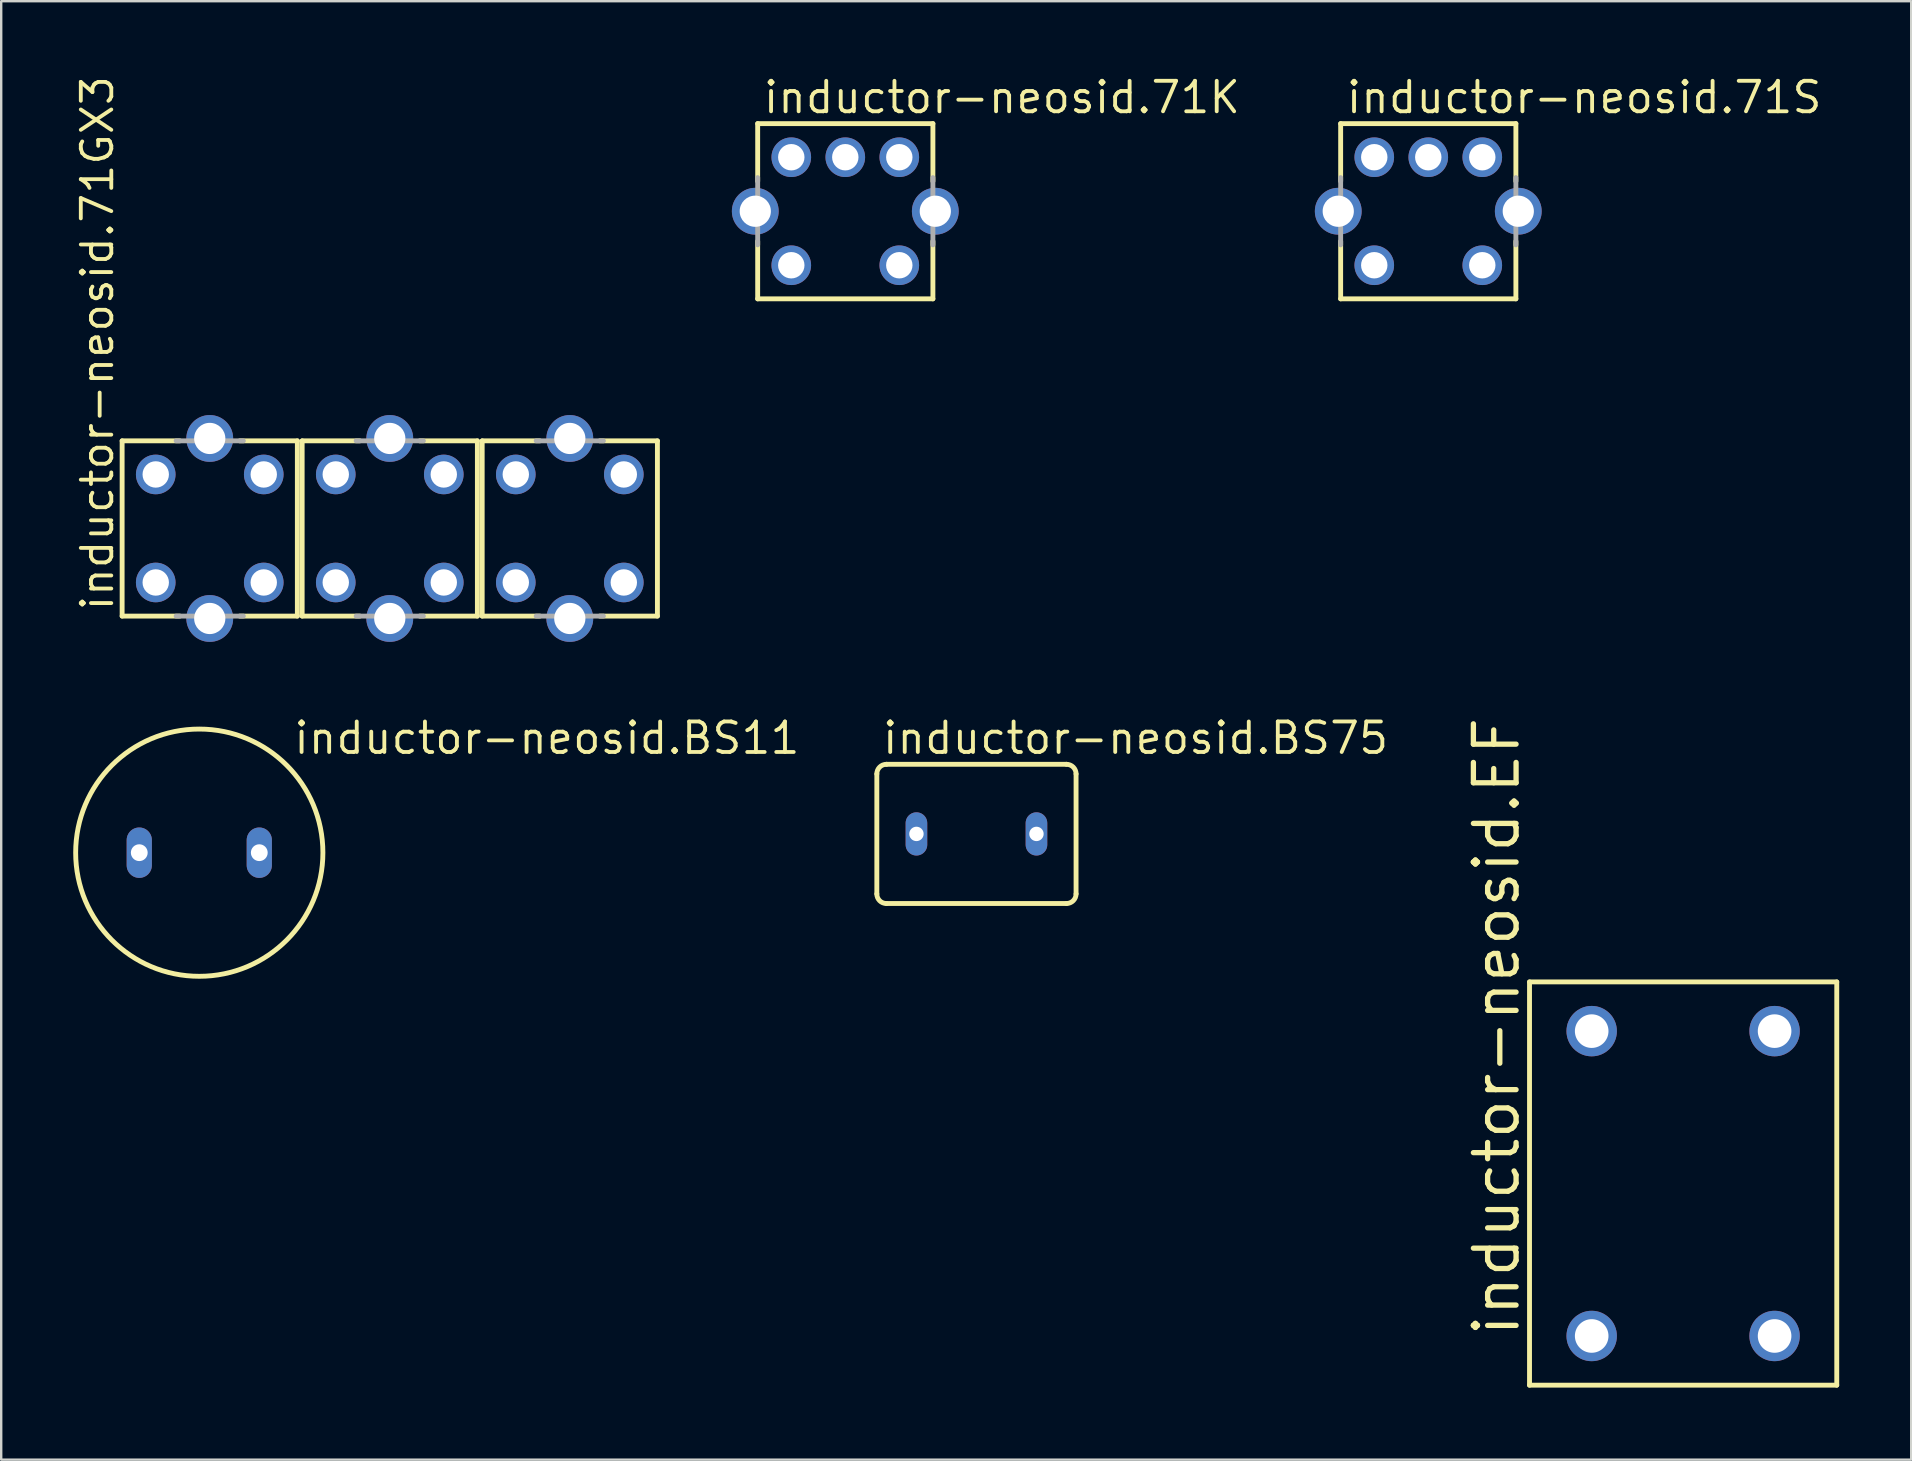
<source format=kicad_pcb>
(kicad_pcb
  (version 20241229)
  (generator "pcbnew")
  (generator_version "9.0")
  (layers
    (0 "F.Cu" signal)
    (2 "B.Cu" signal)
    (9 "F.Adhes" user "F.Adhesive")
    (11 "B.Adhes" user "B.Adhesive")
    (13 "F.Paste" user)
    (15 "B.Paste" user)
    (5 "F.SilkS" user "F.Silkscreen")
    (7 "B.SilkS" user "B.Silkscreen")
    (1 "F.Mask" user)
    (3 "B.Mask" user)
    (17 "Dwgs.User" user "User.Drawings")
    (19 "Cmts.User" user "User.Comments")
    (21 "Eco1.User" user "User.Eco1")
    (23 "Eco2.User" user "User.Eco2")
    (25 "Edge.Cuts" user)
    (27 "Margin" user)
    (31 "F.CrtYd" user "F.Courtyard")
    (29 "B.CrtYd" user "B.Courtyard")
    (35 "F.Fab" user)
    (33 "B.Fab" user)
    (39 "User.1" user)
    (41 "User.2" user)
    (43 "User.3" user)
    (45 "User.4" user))
  (footprint "inductor-neosid.71S"
    (layer "F.Cu")
    (at 56.452 5.75)
    (property "Reference" "inductor-neosid.71S" (at -3.5 -4 0) (layer "F.SilkS") (effects (font (size 1.27 1.27) (thickness 0.16)) (justify left bottom)))
    (attr through_hole)
    (fp_line (start -3.65 -3.65) (end 3.65 -3.65) (stroke (width 0.203) (type default)) (layer "F.SilkS"))
    (fp_line (start -3.65 -1.25) (end -3.65 -3.65) (stroke (width 0.203) (type default)) (layer "F.SilkS"))
    (fp_line (start -3.65 3.65) (end -3.65 1.25) (stroke (width 0.203) (type default)) (layer "F.SilkS"))
    (fp_line (start 3.65 -3.65) (end 3.65 -1.25) (stroke (width 0.203) (type default)) (layer "F.SilkS"))
    (fp_line (start 3.65 1.25) (end 3.65 3.65) (stroke (width 0.203) (type default)) (layer "F.SilkS"))
    (fp_line (start 3.65 3.65) (end -3.65 3.65) (stroke (width 0.203) (type default)) (layer "F.SilkS"))
    (fp_line (start -3.65 1.4) (end -3.65 -1.4) (stroke (width 0.203) (type default)) (layer "F.Fab"))
    (fp_line (start 3.65 -1.4) (end 3.65 1.4) (stroke (width 0.203) (type default)) (layer "F.Fab"))
    (pad "1" thru_hole circle (at -2.25 2.25) (size 1.65 1.65) (drill 1.1) (layers "*.Cu" "*.Mask"))
    (pad "2" thru_hole circle (at -2.25 -2.25) (size 1.65 1.65) (drill 1.1) (layers "*.Cu" "*.Mask"))
    (pad "3" thru_hole circle (at 0 -2.25) (size 1.65 1.65) (drill 1.1) (layers "*.Cu" "*.Mask"))
    (pad "4" thru_hole circle (at 2.25 -2.25) (size 1.65 1.65) (drill 1.1) (layers "*.Cu" "*.Mask"))
    (pad "5" thru_hole circle (at 2.25 2.25) (size 1.65 1.65) (drill 1.1) (layers "*.Cu" "*.Mask"))
    (pad "S1" thru_hole circle (at -3.75 0) (size 1.95 1.95) (drill 1.3) (layers "*.Cu" "*.Mask"))
    (pad "S2" thru_hole circle (at 3.75 0) (size 1.95 1.95) (drill 1.3) (layers "*.Cu" "*.Mask")))
  (footprint "inductor-neosid.BS11"
    (layer "F.Cu")
    (at 5.252 32.473)
    (property "Reference" "inductor-neosid.BS11" (at 3.854 -4.032 0) (layer "F.SilkS") (effects (font (size 1.27 1.27) (thickness 0.16)) (justify left bottom)))
    (attr through_hole)
    (fp_circle (center 0 0) (end 5.15 0) (stroke (width 0.203) (type default)) (fill no) (layer "F.SilkS"))
    (pad "1" thru_hole oval (at -2.5 0 90) (size 2.1 1.05) (drill 0.7) (layers "*.Cu" "*.Mask"))
    (pad "2" thru_hole oval (at 2.5 0 90) (size 2.1 1.05) (drill 0.7) (layers "*.Cu" "*.Mask")))
  (footprint "inductor-neosid.71GX3"
    (layer "F.Cu")
    (at 13.188 18.966)
    (property "Reference" "inductor-neosid.71GX3" (at -11.438 3.515 90) (layer "F.SilkS") (effects (font (size 1.27 1.27) (thickness 0.16)) (justify left bottom)))
    (attr through_hole)
    (fp_line (start -11.15 -3.65) (end -8.75 -3.65) (stroke (width 0.203) (type default)) (layer "F.SilkS"))
    (fp_line (start -11.15 3.65) (end -11.15 -3.65) (stroke (width 0.203) (type default)) (layer "F.SilkS"))
    (fp_line (start -8.75 3.65) (end -11.15 3.65) (stroke (width 0.203) (type default)) (layer "F.SilkS"))
    (fp_line (start -6.25 -3.65) (end -3.85 -3.65) (stroke (width 0.203) (type default)) (layer "F.SilkS"))
    (fp_line (start -3.85 -3.65) (end -3.85 3.65) (stroke (width 0.203) (type default)) (layer "F.SilkS"))
    (fp_line (start -3.85 3.65) (end -6.25 3.65) (stroke (width 0.203) (type default)) (layer "F.SilkS"))
    (fp_line (start -3.65 -3.65) (end -1.25 -3.65) (stroke (width 0.203) (type default)) (layer "F.SilkS"))
    (fp_line (start -3.65 3.65) (end -3.65 -3.65) (stroke (width 0.203) (type default)) (layer "F.SilkS"))
    (fp_line (start -1.25 3.65) (end -3.65 3.65) (stroke (width 0.203) (type default)) (layer "F.SilkS"))
    (fp_line (start 1.25 -3.65) (end 3.65 -3.65) (stroke (width 0.203) (type default)) (layer "F.SilkS"))
    (fp_line (start 3.65 -3.65) (end 3.65 3.65) (stroke (width 0.203) (type default)) (layer "F.SilkS"))
    (fp_line (start 3.65 3.65) (end 1.25 3.65) (stroke (width 0.203) (type default)) (layer "F.SilkS"))
    (fp_line (start 3.85 -3.65) (end 6.25 -3.65) (stroke (width 0.203) (type default)) (layer "F.SilkS"))
    (fp_line (start 3.85 3.65) (end 3.85 -3.65) (stroke (width 0.203) (type default)) (layer "F.SilkS"))
    (fp_line (start 6.25 3.65) (end 3.85 3.65) (stroke (width 0.203) (type default)) (layer "F.SilkS"))
    (fp_line (start 8.75 -3.65) (end 11.15 -3.65) (stroke (width 0.203) (type default)) (layer "F.SilkS"))
    (fp_line (start 11.15 -3.65) (end 11.15 3.65) (stroke (width 0.203) (type default)) (layer "F.SilkS"))
    (fp_line (start 11.15 3.65) (end 8.75 3.65) (stroke (width 0.203) (type default)) (layer "F.SilkS"))
    (fp_line (start -8.9 -3.65) (end -6.1 -3.65) (stroke (width 0.203) (type default)) (layer "F.Fab"))
    (fp_line (start -6.1 3.65) (end -8.9 3.65) (stroke (width 0.203) (type default)) (layer "F.Fab"))
    (fp_line (start -1.4 -3.65) (end 1.4 -3.65) (stroke (width 0.203) (type default)) (layer "F.Fab"))
    (fp_line (start 1.4 3.65) (end -1.4 3.65) (stroke (width 0.203) (type default)) (layer "F.Fab"))
    (fp_line (start 6.1 -3.65) (end 8.9 -3.65) (stroke (width 0.203) (type default)) (layer "F.Fab"))
    (fp_line (start 8.9 3.65) (end 6.1 3.65) (stroke (width 0.203) (type default)) (layer "F.Fab"))
    (pad "1" thru_hole circle (at 5.25 2.25) (size 1.65 1.65) (drill 1.1) (layers "*.Cu" "*.Mask"))
    (pad "2" thru_hole circle (at 5.25 -2.25) (size 1.65 1.65) (drill 1.1) (layers "*.Cu" "*.Mask"))
    (pad "4" thru_hole circle (at 9.75 -2.25) (size 1.65 1.65) (drill 1.1) (layers "*.Cu" "*.Mask"))
    (pad "5" thru_hole circle (at 9.75 2.25) (size 1.65 1.65) (drill 1.1) (layers "*.Cu" "*.Mask"))
    (pad "21" thru_hole circle (at -2.25 2.25) (size 1.65 1.65) (drill 1.1) (layers "*.Cu" "*.Mask"))
    (pad "22" thru_hole circle (at -2.25 -2.25) (size 1.65 1.65) (drill 1.1) (layers "*.Cu" "*.Mask"))
    (pad "24" thru_hole circle (at 2.25 -2.25) (size 1.65 1.65) (drill 1.1) (layers "*.Cu" "*.Mask"))
    (pad "25" thru_hole circle (at 2.25 2.25) (size 1.65 1.65) (drill 1.1) (layers "*.Cu" "*.Mask"))
    (pad "31" thru_hole circle (at -9.75 2.25) (size 1.65 1.65) (drill 1.1) (layers "*.Cu" "*.Mask"))
    (pad "32" thru_hole circle (at -9.75 -2.25) (size 1.65 1.65) (drill 1.1) (layers "*.Cu" "*.Mask"))
    (pad "34" thru_hole circle (at -5.25 -2.25) (size 1.65 1.65) (drill 1.1) (layers "*.Cu" "*.Mask"))
    (pad "35" thru_hole circle (at -5.25 2.25) (size 1.65 1.65) (drill 1.1) (layers "*.Cu" "*.Mask"))
    (pad "S1" thru_hole circle (at 7.5 3.75) (size 1.95 1.95) (drill 1.3) (layers "*.Cu" "*.Mask"))
    (pad "S2" thru_hole circle (at 7.5 -3.75) (size 1.95 1.95) (drill 1.3) (layers "*.Cu" "*.Mask"))
    (pad "S3" thru_hole circle (at 0 3.75) (size 1.95 1.95) (drill 1.3) (layers "*.Cu" "*.Mask"))
    (pad "S4" thru_hole circle (at 0 -3.75) (size 1.95 1.95) (drill 1.3) (layers "*.Cu" "*.Mask"))
    (pad "S5" thru_hole circle (at -7.5 3.75) (size 1.95 1.95) (drill 1.3) (layers "*.Cu" "*.Mask"))
    (pad "S6" thru_hole circle (at -7.5 -3.75) (size 1.95 1.95) (drill 1.3) (layers "*.Cu" "*.Mask")))
  (footprint "inductor-neosid.EF"
    (layer "F.Cu")
    (at 67.07 46.257)
    (property "Reference" "inductor-neosid.EF" (at -6.731 6.477 90) (layer "F.SilkS") (effects (font (size 1.778 1.778) (thickness 0.22)) (justify left bottom)))
    (attr through_hole)
    (fp_line (start -6.4 -8.4) (end -6.4 8.4) (stroke (width 0.203) (type default)) (layer "F.SilkS"))
    (fp_line (start -6.4 8.4) (end 6.4 8.4) (stroke (width 0.203) (type default)) (layer "F.SilkS"))
    (fp_line (start 6.4 -8.4) (end -6.4 -8.4) (stroke (width 0.203) (type default)) (layer "F.SilkS"))
    (fp_line (start 6.4 8.4) (end 6.4 -8.4) (stroke (width 0.203) (type default)) (layer "F.SilkS"))
    (pad "1" thru_hole circle (at -3.81 6.35) (size 2.1 2.1) (drill 1.4) (layers "*.Cu" "*.Mask"))
    (pad "2" thru_hole circle (at 3.81 6.35) (size 2.1 2.1) (drill 1.4) (layers "*.Cu" "*.Mask"))
    (pad "3" thru_hole circle (at 3.81 -6.35) (size 2.1 2.1) (drill 1.4) (layers "*.Cu" "*.Mask"))
    (pad "4" thru_hole circle (at -3.81 -6.35) (size 2.1 2.1) (drill 1.4) (layers "*.Cu" "*.Mask")))
  (footprint "inductor-neosid.71K"
    (layer "F.Cu")
    (at 32.165 5.75)
    (property "Reference" "inductor-neosid.71K" (at -3.5 -4 0) (layer "F.SilkS") (effects (font (size 1.27 1.27) (thickness 0.16)) (justify left bottom)))
    (attr through_hole)
    (fp_line (start -3.65 -3.65) (end 3.65 -3.65) (stroke (width 0.203) (type default)) (layer "F.SilkS"))
    (fp_line (start -3.65 -1.25) (end -3.65 -3.65) (stroke (width 0.203) (type default)) (layer "F.SilkS"))
    (fp_line (start -3.65 3.65) (end -3.65 1.25) (stroke (width 0.203) (type default)) (layer "F.SilkS"))
    (fp_line (start 3.65 -3.65) (end 3.65 -1.25) (stroke (width 0.203) (type default)) (layer "F.SilkS"))
    (fp_line (start 3.65 1.25) (end 3.65 3.65) (stroke (width 0.203) (type default)) (layer "F.SilkS"))
    (fp_line (start 3.65 3.65) (end -3.65 3.65) (stroke (width 0.203) (type default)) (layer "F.SilkS"))
    (fp_line (start -3.65 1.4) (end -3.65 -1.4) (stroke (width 0.203) (type default)) (layer "F.Fab"))
    (fp_line (start 3.65 -1.4) (end 3.65 1.4) (stroke (width 0.203) (type default)) (layer "F.Fab"))
    (pad "1" thru_hole circle (at -2.25 2.25) (size 1.65 1.65) (drill 1.1) (layers "*.Cu" "*.Mask"))
    (pad "2" thru_hole circle (at -2.25 -2.25) (size 1.65 1.65) (drill 1.1) (layers "*.Cu" "*.Mask"))
    (pad "3" thru_hole circle (at 0 -2.25) (size 1.65 1.65) (drill 1.1) (layers "*.Cu" "*.Mask"))
    (pad "4" thru_hole circle (at 2.25 -2.25) (size 1.65 1.65) (drill 1.1) (layers "*.Cu" "*.Mask"))
    (pad "5" thru_hole circle (at 2.25 2.25) (size 1.65 1.65) (drill 1.1) (layers "*.Cu" "*.Mask"))
    (pad "S1" thru_hole circle (at -3.75 0) (size 1.95 1.95) (drill 1.3) (layers "*.Cu" "*.Mask"))
    (pad "S2" thru_hole circle (at 3.75 0) (size 1.95 1.95) (drill 1.3) (layers "*.Cu" "*.Mask")))
  (footprint "inductor-neosid.BS75"
    (layer "F.Cu")
    (at 37.629 31.691)
    (property "Reference" "inductor-neosid.BS75" (at -4 -3.25 0) (layer "F.SilkS") (effects (font (size 1.27 1.27) (thickness 0.16)) (justify left bottom)))
    (attr through_hole)
    (fp_line (start -4.15 -2.5) (end -4.15 2.5) (stroke (width 0.203) (type default)) (layer "F.SilkS"))
    (fp_line (start -3.75 2.9) (end 3.75 2.9) (stroke (width 0.203) (type default)) (layer "F.SilkS"))
    (fp_line (start 3.75 -2.9) (end -3.75 -2.9) (stroke (width 0.203) (type default)) (layer "F.SilkS"))
    (fp_line (start 4.15 2.5) (end 4.15 -2.5) (stroke (width 0.203) (type default)) (layer "F.SilkS"))
    (fp_arc (start -4.15 -2.5) (mid -4.032843 -2.782843) (end -3.75 -2.9) (stroke (width 0.2032) (type default)) (layer "F.SilkS"))
    (fp_arc (start -3.75 2.9) (mid -4.032843 2.782843) (end -4.15 2.5) (stroke (width 0.2032) (type default)) (layer "F.SilkS"))
    (fp_arc (start 3.75 -2.9) (mid 4.032843 -2.782843) (end 4.15 -2.5) (stroke (width 0.2032) (type default)) (layer "F.SilkS"))
    (fp_arc (start 4.15 2.5) (mid 4.032843 2.782843) (end 3.75 2.9) (stroke (width 0.2032) (type default)) (layer "F.SilkS"))
    (pad "1" thru_hole oval (at -2.5 0 90) (size 1.8 0.9) (drill 0.6) (layers "*.Cu" "*.Mask"))
    (pad "2" thru_hole oval (at 2.5 0 90) (size 1.8 0.9) (drill 0.6) (layers "*.Cu" "*.Mask")))
  (gr_rect
    (start -3 -3)
    (end 76.571 57.759)
    (stroke (width 0.1) (type default))
    (fill no)
    (layer "Edge.Cuts")))
</source>
